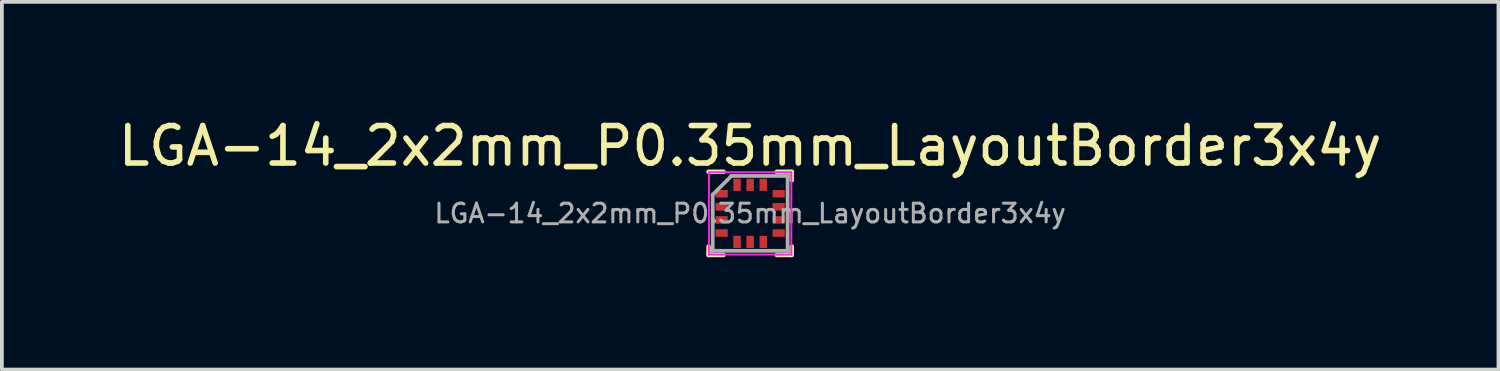
<source format=kicad_pcb>
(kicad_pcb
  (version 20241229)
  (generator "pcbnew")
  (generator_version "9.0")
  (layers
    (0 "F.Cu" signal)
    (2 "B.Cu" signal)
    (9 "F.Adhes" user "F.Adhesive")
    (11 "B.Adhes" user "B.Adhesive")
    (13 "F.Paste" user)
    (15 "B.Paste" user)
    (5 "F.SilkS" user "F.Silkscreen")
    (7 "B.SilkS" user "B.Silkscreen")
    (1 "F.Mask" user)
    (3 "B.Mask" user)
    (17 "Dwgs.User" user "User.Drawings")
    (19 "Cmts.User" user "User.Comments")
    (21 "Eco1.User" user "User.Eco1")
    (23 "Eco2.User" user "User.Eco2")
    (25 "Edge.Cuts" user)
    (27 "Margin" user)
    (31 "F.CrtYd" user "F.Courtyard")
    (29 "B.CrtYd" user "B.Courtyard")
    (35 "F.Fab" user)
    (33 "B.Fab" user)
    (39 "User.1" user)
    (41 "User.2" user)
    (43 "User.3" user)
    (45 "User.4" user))
  (footprint "LGA-14_2x2mm_P0.35mm_LayoutBorder3x4y"
    (layer "F.Cu")
    (at 16.982 2.648)
    (property "Reference" "LGA-14_2x2mm_P0.35mm_LayoutBorder3x4y" (at 0 -1.8 0) (layer "F.SilkS") (effects (font (size 1 1) (thickness 0.15))))
    (attr smd)
    (fp_line (start -1.11 1.11) (end -1.11 0.885) (stroke (width 0.12) (type solid)) (layer "F.SilkS"))
    (fp_line (start -0.71 -1.11) (end -1.11 -1.11) (stroke (width 0.12) (type solid)) (layer "F.SilkS"))
    (fp_line (start -0.71 1.11) (end -1.11 1.11) (stroke (width 0.12) (type solid)) (layer "F.SilkS"))
    (fp_line (start 0.71 -1.11) (end 1.11 -1.11) (stroke (width 0.12) (type solid)) (layer "F.SilkS"))
    (fp_line (start 0.71 1.11) (end 1.11 1.11) (stroke (width 0.12) (type solid)) (layer "F.SilkS"))
    (fp_line (start 1.11 -1.11) (end 1.11 -0.885) (stroke (width 0.12) (type solid)) (layer "F.SilkS"))
    (fp_line (start 1.11 1.11) (end 1.11 0.885) (stroke (width 0.12) (type solid)) (layer "F.SilkS"))
    (fp_line (start -1.1 -1.1) (end -1.1 1.1) (stroke (width 0.05) (type solid)) (layer "F.CrtYd"))
    (fp_line (start -1.1 1.1) (end 1.1 1.1) (stroke (width 0.05) (type solid)) (layer "F.CrtYd"))
    (fp_line (start 1.1 -1.1) (end -1.1 -1.1) (stroke (width 0.05) (type solid)) (layer "F.CrtYd"))
    (fp_line (start 1.1 1.1) (end 1.1 -1.1) (stroke (width 0.05) (type solid)) (layer "F.CrtYd"))
    (fp_line (start -1 -0.5) (end -0.5 -1) (stroke (width 0.1) (type solid)) (layer "F.Fab"))
    (fp_line (start -1 1) (end -1 -0.5) (stroke (width 0.1) (type solid)) (layer "F.Fab"))
    (fp_line (start -0.5 -1) (end 1 -1) (stroke (width 0.1) (type solid)) (layer "F.Fab"))
    (fp_line (start 1 -1) (end 1 1) (stroke (width 0.1) (type solid)) (layer "F.Fab"))
    (fp_line (start 1 1) (end -1 1) (stroke (width 0.1) (type solid)) (layer "F.Fab"))
    (fp_text user "${REFERENCE}" (at 0 0 0) (layer "F.Fab") (effects (font (size 0.5 0.5) (thickness 0.08))))
    (pad "1" smd trapezoid (at -0.762 -0.525) (size 0.325 0.2) (layers "F.Cu" "F.Mask" "F.Paste"))
    (pad "2" smd trapezoid (at -0.762 -0.175) (size 0.325 0.2) (layers "F.Cu" "F.Mask" "F.Paste"))
    (pad "3" smd trapezoid (at -0.762 0.175) (size 0.325 0.2) (layers "F.Cu" "F.Mask" "F.Paste"))
    (pad "4" smd trapezoid (at -0.762 0.525) (size 0.325 0.2) (layers "F.Cu" "F.Mask" "F.Paste"))
    (pad "5" smd trapezoid (at -0.35 0.762) (size 0.2 0.325) (layers "F.Cu" "F.Mask" "F.Paste"))
    (pad "6" smd trapezoid (at 0 0.762) (size 0.2 0.325) (layers "F.Cu" "F.Mask" "F.Paste"))
    (pad "7" smd trapezoid (at 0.35 0.762) (size 0.2 0.325) (layers "F.Cu" "F.Mask" "F.Paste"))
    (pad "8" smd trapezoid (at 0.762 0.525) (size 0.325 0.2) (layers "F.Cu" "F.Mask" "F.Paste"))
    (pad "9" smd trapezoid (at 0.762 0.175) (size 0.325 0.2) (layers "F.Cu" "F.Mask" "F.Paste"))
    (pad "10" smd trapezoid (at 0.762 -0.175) (size 0.325 0.2) (layers "F.Cu" "F.Mask" "F.Paste"))
    (pad "11" smd trapezoid (at 0.762 -0.525) (size 0.325 0.2) (layers "F.Cu" "F.Mask" "F.Paste"))
    (pad "12" smd trapezoid (at 0.35 -0.762) (size 0.2 0.325) (layers "F.Cu" "F.Mask" "F.Paste"))
    (pad "13" smd trapezoid (at 0 -0.762) (size 0.2 0.325) (layers "F.Cu" "F.Mask" "F.Paste"))
    (pad "14" smd trapezoid (at -0.35 -0.762) (size 0.2 0.325) (layers "F.Cu" "F.Mask" "F.Paste")))
  (gr_rect
    (start -3 -3)
    (end 36.964 6.818)
    (stroke (width 0.1) (type default))
    (fill no)
    (layer "Edge.Cuts")))
</source>
